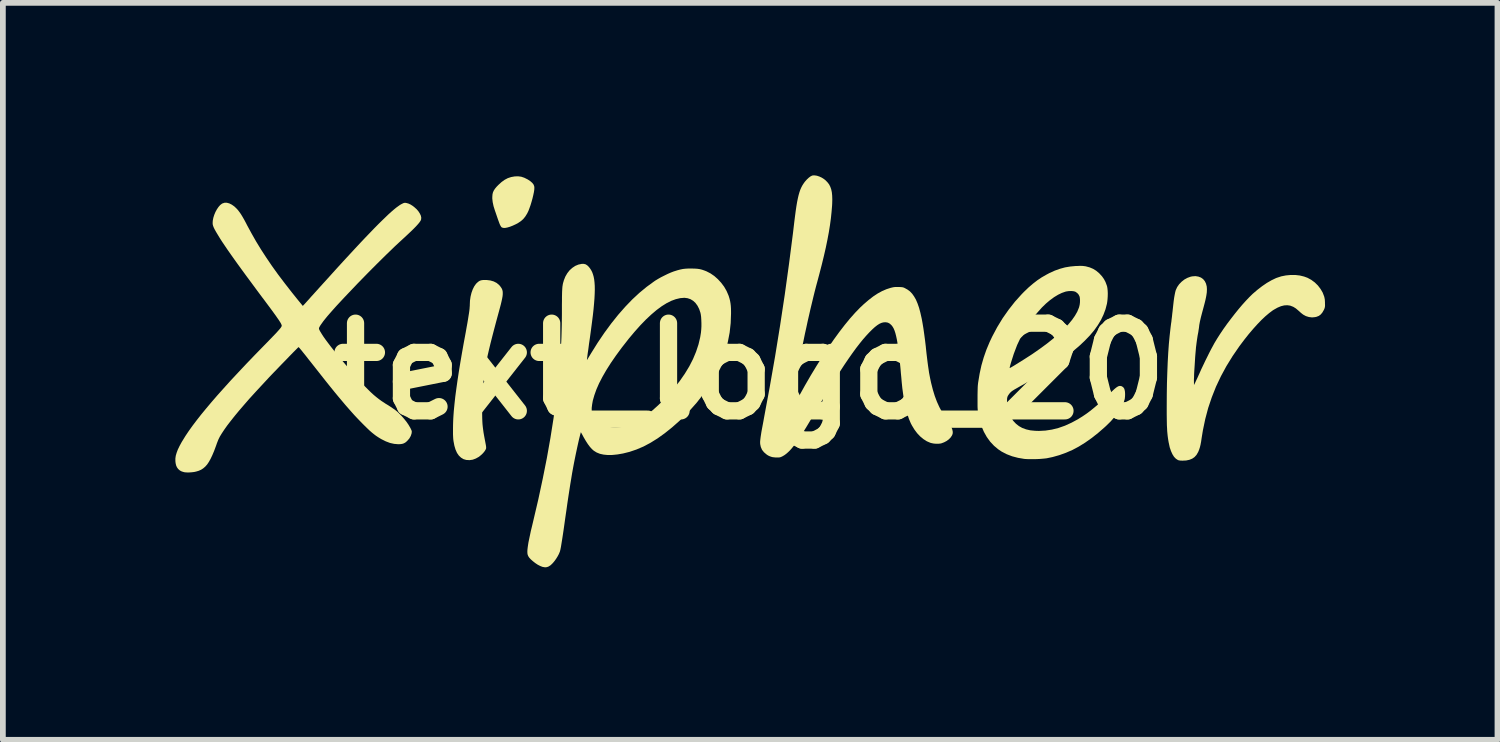
<source format=kicad_pcb>
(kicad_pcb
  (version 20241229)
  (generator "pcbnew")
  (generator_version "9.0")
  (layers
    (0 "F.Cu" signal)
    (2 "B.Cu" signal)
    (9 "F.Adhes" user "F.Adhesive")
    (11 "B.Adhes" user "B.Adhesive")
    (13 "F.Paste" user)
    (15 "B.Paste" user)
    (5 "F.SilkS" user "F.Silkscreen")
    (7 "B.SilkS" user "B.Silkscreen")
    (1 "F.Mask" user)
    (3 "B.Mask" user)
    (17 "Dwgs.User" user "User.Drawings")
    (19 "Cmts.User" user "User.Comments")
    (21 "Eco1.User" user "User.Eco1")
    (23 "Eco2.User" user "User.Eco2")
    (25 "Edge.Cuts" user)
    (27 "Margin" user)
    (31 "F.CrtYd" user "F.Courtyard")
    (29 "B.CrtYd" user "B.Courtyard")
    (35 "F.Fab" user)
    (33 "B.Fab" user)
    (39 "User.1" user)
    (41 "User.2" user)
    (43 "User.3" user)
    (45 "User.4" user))
  (footprint "text_logo_20"
    (layer "F.Cu")
    (at 9.991 3.405)
    (property "Reference" "text_logo_20" (at 0 0 0) (layer "F.SilkS") (effects (font (size 1.524 1.524) (thickness 0.3))))
    (attr board_only exclude_from_pos_files exclude_from_bom)
    (fp_poly (pts (xy -3.977 -3.382) (xy -3.923 -3.364) (xy -3.867 -3.336) (xy -3.86 -3.332) (xy -3.817 -3.303) (xy -3.785 -3.275) (xy -3.763 -3.247) (xy -3.751 -3.217) (xy -3.748 -3.191) (xy -3.75 -3.154) (xy -3.757 -3.109) (xy -3.768 -3.058) (xy -3.781 -3.003) (xy -3.797 -2.946) (xy -3.814 -2.889) (xy -3.833 -2.836) (xy -3.851 -2.788) (xy -3.87 -2.749) (xy -3.874 -2.741) (xy -3.907 -2.688) (xy -3.943 -2.644) (xy -3.986 -2.607) (xy -4.037 -2.573) (xy -4.072 -2.555) (xy -4.126 -2.53) (xy -4.175 -2.511) (xy -4.22 -2.498) (xy -4.259 -2.491) (xy -4.29 -2.492) (xy -4.312 -2.499) (xy -4.314 -2.5) (xy -4.324 -2.509) (xy -4.334 -2.524) (xy -4.345 -2.544) (xy -4.357 -2.573) (xy -4.371 -2.612) (xy -4.38 -2.636) (xy -4.393 -2.674) (xy -4.408 -2.718) (xy -4.423 -2.762) (xy -4.434 -2.793) (xy -4.458 -2.87) (xy -4.473 -2.94) (xy -4.48 -3.004) (xy -4.479 -3.041) (xy -4.476 -3.077) (xy -4.468 -3.11) (xy -4.454 -3.141) (xy -4.434 -3.172) (xy -4.406 -3.206) (xy -4.374 -3.239) (xy -4.319 -3.289) (xy -4.265 -3.328) (xy -4.21 -3.357) (xy -4.152 -3.376) (xy -4.09 -3.387) (xy -4.032 -3.389)) (stroke (width 0) (type solid)) (fill yes) (layer "F.SilkS"))
    (fp_poly (pts (xy -4.582 -1.586) (xy -4.515 -1.578) (xy -4.456 -1.561) (xy -4.405 -1.535) (xy -4.362 -1.5) (xy -4.34 -1.474) (xy -4.326 -1.454) (xy -4.314 -1.435) (xy -4.306 -1.415) (xy -4.3 -1.393) (xy -4.298 -1.368) (xy -4.298 -1.339) (xy -4.301 -1.305) (xy -4.308 -1.265) (xy -4.318 -1.218) (xy -4.331 -1.163) (xy -4.348 -1.099) (xy -4.368 -1.025) (xy -4.377 -0.992) (xy -4.415 -0.852) (xy -4.45 -0.72) (xy -4.482 -0.597) (xy -4.511 -0.483) (xy -4.536 -0.379) (xy -4.558 -0.285) (xy -4.576 -0.202) (xy -4.587 -0.15) (xy -4.611 -0.004) (xy -4.631 0.152) (xy -4.645 0.314) (xy -4.654 0.482) (xy -4.657 0.653) (xy -4.656 0.744) (xy -4.655 0.811) (xy -4.653 0.869) (xy -4.65 0.92) (xy -4.645 0.969) (xy -4.639 1.017) (xy -4.632 1.067) (xy -4.622 1.124) (xy -4.612 1.178) (xy -4.603 1.225) (xy -4.596 1.262) (xy -4.591 1.289) (xy -4.588 1.31) (xy -4.587 1.325) (xy -4.587 1.336) (xy -4.588 1.345) (xy -4.591 1.353) (xy -4.595 1.362) (xy -4.595 1.362) (xy -4.61 1.388) (xy -4.634 1.418) (xy -4.663 1.448) (xy -4.696 1.476) (xy -4.714 1.49) (xy -4.766 1.519) (xy -4.82 1.539) (xy -4.875 1.547) (xy -4.929 1.544) (xy -4.931 1.544) (xy -4.98 1.53) (xy -5.023 1.504) (xy -5.061 1.468) (xy -5.093 1.422) (xy -5.119 1.364) (xy -5.139 1.297) (xy -5.154 1.218) (xy -5.159 1.178) (xy -5.161 1.144) (xy -5.163 1.099) (xy -5.163 1.047) (xy -5.163 0.989) (xy -5.162 0.927) (xy -5.16 0.864) (xy -5.157 0.803) (xy -5.153 0.744) (xy -5.149 0.69) (xy -5.149 0.69) (xy -5.137 0.568) (xy -5.123 0.44) (xy -5.105 0.305) (xy -5.085 0.163) (xy -5.062 0.012) (xy -5.036 -0.148) (xy -5.007 -0.317) (xy -4.975 -0.497) (xy -4.96 -0.577) (xy -4.942 -0.674) (xy -4.927 -0.76) (xy -4.913 -0.836) (xy -4.902 -0.902) (xy -4.893 -0.96) (xy -4.885 -1.009) (xy -4.879 -1.051) (xy -4.875 -1.087) (xy -4.873 -1.117) (xy -4.871 -1.142) (xy -4.871 -1.153) (xy -4.868 -1.226) (xy -4.858 -1.296) (xy -4.842 -1.362) (xy -4.82 -1.423) (xy -4.794 -1.475) (xy -4.763 -1.519) (xy -4.751 -1.531) (xy -4.726 -1.554) (xy -4.702 -1.57) (xy -4.676 -1.58) (xy -4.645 -1.585) (xy -4.607 -1.586)) (stroke (width 0) (type solid)) (fill yes) (layer "F.SilkS"))
    (fp_poly (pts (xy 9.484 -1.673) (xy 9.563 -1.664) (xy 9.637 -1.646) (xy 9.697 -1.624) (xy 9.763 -1.588) (xy 9.824 -1.543) (xy 9.878 -1.49) (xy 9.924 -1.43) (xy 9.961 -1.367) (xy 9.987 -1.299) (xy 9.99 -1.288) (xy 9.998 -1.248) (xy 10.001 -1.198) (xy 10.001 -1.178) (xy 10.002 -1.147) (xy 10.001 -1.126) (xy 9.998 -1.109) (xy 9.994 -1.094) (xy 9.987 -1.077) (xy 9.98 -1.062) (xy 9.955 -1.019) (xy 9.927 -0.986) (xy 9.895 -0.962) (xy 9.855 -0.946) (xy 9.829 -0.94) (xy 9.776 -0.935) (xy 9.721 -0.942) (xy 9.669 -0.958) (xy 9.623 -0.983) (xy 9.606 -0.996) (xy 9.583 -1.014) (xy 9.559 -1.036) (xy 9.542 -1.051) (xy 9.495 -1.091) (xy 9.45 -1.119) (xy 9.445 -1.121) (xy 9.396 -1.14) (xy 9.345 -1.147) (xy 9.292 -1.144) (xy 9.236 -1.13) (xy 9.176 -1.105) (xy 9.112 -1.069) (xy 9.09 -1.055) (xy 9.03 -1.01) (xy 8.965 -0.955) (xy 8.896 -0.89) (xy 8.824 -0.815) (xy 8.75 -0.733) (xy 8.673 -0.642) (xy 8.596 -0.545) (xy 8.518 -0.441) (xy 8.514 -0.436) (xy 8.395 -0.263) (xy 8.287 -0.088) (xy 8.191 0.089) (xy 8.106 0.269) (xy 8.033 0.453) (xy 7.97 0.64) (xy 7.919 0.832) (xy 7.878 1.029) (xy 7.856 1.163) (xy 7.847 1.225) (xy 7.837 1.278) (xy 7.826 1.323) (xy 7.814 1.361) (xy 7.8 1.396) (xy 7.795 1.407) (xy 7.768 1.454) (xy 7.734 1.492) (xy 7.693 1.521) (xy 7.644 1.541) (xy 7.587 1.553) (xy 7.525 1.556) (xy 7.491 1.555) (xy 7.467 1.552) (xy 7.447 1.547) (xy 7.443 1.545) (xy 7.408 1.522) (xy 7.376 1.489) (xy 7.348 1.444) (xy 7.323 1.389) (xy 7.301 1.324) (xy 7.285 1.249) (xy 7.283 1.241) (xy 7.276 1.201) (xy 7.27 1.161) (xy 7.265 1.123) (xy 7.261 1.083) (xy 7.257 1.041) (xy 7.255 0.995) (xy 7.252 0.944) (xy 7.251 0.887) (xy 7.25 0.823) (xy 7.249 0.749) (xy 7.249 0.666) (xy 7.249 0.617) (xy 7.25 0.407) (xy 7.253 0.21) (xy 7.259 0.023) (xy 7.266 -0.152) (xy 7.275 -0.317) (xy 7.286 -0.472) (xy 7.3 -0.617) (xy 7.315 -0.753) (xy 7.325 -0.831) (xy 7.33 -0.862) (xy 7.334 -0.902) (xy 7.34 -0.948) (xy 7.345 -0.997) (xy 7.351 -1.046) (xy 7.353 -1.066) (xy 7.362 -1.148) (xy 7.37 -1.218) (xy 7.378 -1.277) (xy 7.387 -1.327) (xy 7.395 -1.367) (xy 7.403 -1.399) (xy 7.407 -1.411) (xy 7.431 -1.463) (xy 7.465 -1.512) (xy 7.508 -1.556) (xy 7.556 -1.594) (xy 7.609 -1.623) (xy 7.664 -1.643) (xy 7.693 -1.649) (xy 7.749 -1.653) (xy 7.799 -1.645) (xy 7.844 -1.628) (xy 7.881 -1.602) (xy 7.911 -1.566) (xy 7.932 -1.523) (xy 7.945 -1.472) (xy 7.948 -1.426) (xy 7.947 -1.399) (xy 7.946 -1.372) (xy 7.942 -1.343) (xy 7.937 -1.311) (xy 7.93 -1.275) (xy 7.921 -1.233) (xy 7.909 -1.185) (xy 7.894 -1.128) (xy 7.876 -1.061) (xy 7.863 -1.013) (xy 7.842 -0.932) (xy 7.826 -0.862) (xy 7.815 -0.803) (xy 7.811 -0.766) (xy 7.808 -0.745) (xy 7.803 -0.714) (xy 7.798 -0.679) (xy 7.791 -0.643) (xy 7.788 -0.629) (xy 7.782 -0.591) (xy 7.775 -0.544) (xy 7.768 -0.494) (xy 7.762 -0.446) (xy 7.758 -0.415) (xy 7.754 -0.366) (xy 7.749 -0.31) (xy 7.744 -0.25) (xy 7.74 -0.186) (xy 7.736 -0.122) (xy 7.732 -0.059) (xy 7.728 0.001) (xy 7.725 0.056) (xy 7.724 0.105) (xy 7.722 0.144) (xy 7.722 0.165) (xy 7.723 0.241) (xy 7.738 0.211) (xy 7.745 0.197) (xy 7.756 0.173) (xy 7.77 0.143) (xy 7.787 0.107) (xy 7.805 0.067) (xy 7.82 0.034) (xy 7.85 -0.034) (xy 7.884 -0.105) (xy 7.918 -0.177) (xy 7.954 -0.249) (xy 7.988 -0.318) (xy 8.021 -0.382) (xy 8.052 -0.439) (xy 8.078 -0.487) (xy 8.079 -0.489) (xy 8.126 -0.567) (xy 8.179 -0.65) (xy 8.237 -0.736) (xy 8.299 -0.823) (xy 8.364 -0.909) (xy 8.43 -0.994) (xy 8.496 -1.076) (xy 8.561 -1.153) (xy 8.625 -1.224) (xy 8.685 -1.287) (xy 8.74 -1.341) (xy 8.743 -1.344) (xy 8.826 -1.415) (xy 8.909 -1.479) (xy 8.991 -1.535) (xy 9.071 -1.581) (xy 9.148 -1.618) (xy 9.164 -1.624) (xy 9.24 -1.649) (xy 9.32 -1.665) (xy 9.402 -1.673)) (stroke (width 0) (type solid)) (fill yes) (layer "F.SilkS"))
    (fp_poly (pts (xy 5.79 -1.83) (xy 5.814 -1.827) (xy 5.837 -1.824) (xy 5.842 -1.823) (xy 5.909 -1.805) (xy 5.968 -1.78) (xy 6.022 -1.747) (xy 6.073 -1.704) (xy 6.08 -1.697) (xy 6.124 -1.649) (xy 6.158 -1.601) (xy 6.185 -1.549) (xy 6.207 -1.49) (xy 6.213 -1.47) (xy 6.218 -1.439) (xy 6.222 -1.399) (xy 6.224 -1.353) (xy 6.223 -1.304) (xy 6.22 -1.255) (xy 6.215 -1.209) (xy 6.209 -1.172) (xy 6.184 -1.076) (xy 6.149 -0.982) (xy 6.105 -0.89) (xy 6.05 -0.799) (xy 5.985 -0.708) (xy 5.909 -0.618) (xy 5.821 -0.527) (xy 5.734 -0.445) (xy 5.602 -0.332) (xy 5.458 -0.22) (xy 5.303 -0.108) (xy 5.137 0.003) (xy 4.961 0.113) (xy 4.776 0.22) (xy 4.755 0.232) (xy 4.704 0.26) (xy 4.662 0.284) (xy 4.629 0.303) (xy 4.602 0.318) (xy 4.582 0.331) (xy 4.566 0.341) (xy 4.554 0.35) (xy 4.544 0.358) (xy 4.535 0.367) (xy 4.529 0.372) (xy 4.511 0.393) (xy 4.495 0.416) (xy 4.486 0.43) (xy 4.48 0.444) (xy 4.476 0.458) (xy 4.473 0.473) (xy 4.472 0.494) (xy 4.472 0.523) (xy 4.472 0.537) (xy 4.478 0.62) (xy 4.494 0.698) (xy 4.521 0.77) (xy 4.559 0.835) (xy 4.58 0.864) (xy 4.627 0.914) (xy 4.679 0.955) (xy 4.738 0.988) (xy 4.804 1.012) (xy 4.878 1.029) (xy 4.961 1.037) (xy 5.027 1.039) (xy 5.14 1.033) (xy 5.252 1.016) (xy 5.365 0.988) (xy 5.479 0.948) (xy 5.593 0.896) (xy 5.71 0.833) (xy 5.712 0.831) (xy 5.783 0.787) (xy 5.854 0.739) (xy 5.925 0.686) (xy 5.998 0.626) (xy 6.075 0.56) (xy 6.156 0.485) (xy 6.226 0.418) (xy 6.27 0.375) (xy 6.307 0.341) (xy 6.337 0.313) (xy 6.362 0.292) (xy 6.382 0.277) (xy 6.399 0.267) (xy 6.414 0.26) (xy 6.428 0.257) (xy 6.439 0.256) (xy 6.467 0.262) (xy 6.492 0.279) (xy 6.509 0.302) (xy 6.517 0.326) (xy 6.523 0.359) (xy 6.525 0.397) (xy 6.524 0.437) (xy 6.52 0.476) (xy 6.517 0.49) (xy 6.5 0.546) (xy 6.472 0.606) (xy 6.435 0.67) (xy 6.389 0.737) (xy 6.335 0.805) (xy 6.274 0.874) (xy 6.205 0.942) (xy 6.173 0.972) (xy 6.057 1.073) (xy 5.943 1.163) (xy 5.831 1.242) (xy 5.72 1.311) (xy 5.609 1.37) (xy 5.496 1.419) (xy 5.382 1.46) (xy 5.265 1.493) (xy 5.16 1.515) (xy 5.125 1.519) (xy 5.082 1.523) (xy 5.032 1.527) (xy 4.979 1.529) (xy 4.925 1.53) (xy 4.873 1.53) (xy 4.827 1.529) (xy 4.789 1.527) (xy 4.774 1.526) (xy 4.663 1.507) (xy 4.56 1.48) (xy 4.466 1.444) (xy 4.379 1.399) (xy 4.319 1.359) (xy 4.245 1.297) (xy 4.178 1.225) (xy 4.12 1.145) (xy 4.07 1.056) (xy 4.028 0.959) (xy 3.995 0.854) (xy 3.973 0.754) (xy 3.969 0.731) (xy 3.966 0.71) (xy 3.963 0.689) (xy 3.962 0.667) (xy 3.96 0.641) (xy 3.959 0.611) (xy 3.959 0.573) (xy 3.959 0.526) (xy 3.959 0.473) (xy 3.959 0.411) (xy 3.96 0.358) (xy 3.961 0.315) (xy 3.962 0.279) (xy 3.964 0.247) (xy 3.967 0.219) (xy 3.97 0.195) (xy 3.995 0.044) (xy 4.018 -0.062) (xy 4.518 -0.062) (xy 4.518 -0.057) (xy 4.52 -0.055) (xy 4.521 -0.055) (xy 4.527 -0.058) (xy 4.542 -0.066) (xy 4.564 -0.079) (xy 4.591 -0.095) (xy 4.617 -0.111) (xy 4.771 -0.207) (xy 4.915 -0.3) (xy 5.047 -0.392) (xy 5.168 -0.481) (xy 5.277 -0.568) (xy 5.375 -0.652) (xy 5.462 -0.734) (xy 5.537 -0.813) (xy 5.601 -0.89) (xy 5.653 -0.964) (xy 5.694 -1.036) (xy 5.722 -1.104) (xy 5.726 -1.117) (xy 5.735 -1.154) (xy 5.74 -1.195) (xy 5.741 -1.237) (xy 5.738 -1.275) (xy 5.733 -1.299) (xy 5.718 -1.33) (xy 5.695 -1.357) (xy 5.666 -1.378) (xy 5.654 -1.384) (xy 5.625 -1.391) (xy 5.588 -1.394) (xy 5.547 -1.393) (xy 5.506 -1.387) (xy 5.488 -1.383) (xy 5.425 -1.361) (xy 5.359 -1.329) (xy 5.29 -1.287) (xy 5.22 -1.236) (xy 5.149 -1.176) (xy 5.079 -1.108) (xy 5.077 -1.106) (xy 4.972 -0.988) (xy 4.877 -0.864) (xy 4.791 -0.735) (xy 4.715 -0.598) (xy 4.647 -0.454) (xy 4.589 -0.301) (xy 4.541 -0.15) (xy 4.531 -0.115) (xy 4.524 -0.089) (xy 4.52 -0.072) (xy 4.518 -0.062) (xy 4.018 -0.062) (xy 4.026 -0.099) (xy 4.066 -0.238) (xy 4.113 -0.373) (xy 4.17 -0.509) (xy 4.214 -0.602) (xy 4.3 -0.764) (xy 4.395 -0.92) (xy 4.499 -1.068) (xy 4.609 -1.208) (xy 4.726 -1.338) (xy 4.767 -1.38) (xy 4.846 -1.456) (xy 4.923 -1.522) (xy 4.998 -1.58) (xy 5.074 -1.631) (xy 5.154 -1.677) (xy 5.21 -1.707) (xy 5.303 -1.749) (xy 5.393 -1.781) (xy 5.481 -1.805) (xy 5.571 -1.82) (xy 5.666 -1.829) (xy 5.686 -1.829) (xy 5.729 -1.831) (xy 5.763 -1.831)) (stroke (width 0) (type solid)) (fill yes) (layer "F.SilkS"))
    (fp_poly (pts (xy 1.166 -3.399) (xy 1.208 -3.385) (xy 1.251 -3.365) (xy 1.29 -3.34) (xy 1.316 -3.319) (xy 1.349 -3.285) (xy 1.377 -3.249) (xy 1.398 -3.208) (xy 1.414 -3.163) (xy 1.425 -3.112) (xy 1.431 -3.053) (xy 1.433 -2.985) (xy 1.431 -2.908) (xy 1.429 -2.875) (xy 1.42 -2.766) (xy 1.408 -2.653) (xy 1.392 -2.535) (xy 1.372 -2.412) (xy 1.348 -2.284) (xy 1.32 -2.148) (xy 1.287 -2.004) (xy 1.25 -1.852) (xy 1.208 -1.69) (xy 1.175 -1.566) (xy 1.151 -1.478) (xy 1.127 -1.385) (xy 1.103 -1.288) (xy 1.079 -1.187) (xy 1.054 -1.084) (xy 1.03 -0.978) (xy 1.005 -0.87) (xy 0.982 -0.762) (xy 0.958 -0.654) (xy 0.936 -0.547) (xy 0.914 -0.441) (xy 0.893 -0.337) (xy 0.873 -0.235) (xy 0.854 -0.137) (xy 0.837 -0.044) (xy 0.821 0.045) (xy 0.807 0.128) (xy 0.794 0.206) (xy 0.784 0.276) (xy 0.775 0.338) (xy 0.769 0.392) (xy 0.765 0.437) (xy 0.763 0.472) (xy 0.764 0.497) (xy 0.768 0.511) (xy 0.777 0.518) (xy 0.788 0.522) (xy 0.794 0.523) (xy 0.8 0.521) (xy 0.806 0.516) (xy 0.814 0.505) (xy 0.825 0.487) (xy 0.84 0.46) (xy 0.852 0.438) (xy 0.956 0.251) (xy 1.059 0.073) (xy 1.162 -0.097) (xy 1.263 -0.258) (xy 1.362 -0.409) (xy 1.46 -0.551) (xy 1.556 -0.683) (xy 1.65 -0.805) (xy 1.741 -0.916) (xy 1.83 -1.016) (xy 1.916 -1.105) (xy 1.979 -1.164) (xy 2.064 -1.237) (xy 2.145 -1.3) (xy 2.224 -1.352) (xy 2.301 -1.394) (xy 2.376 -1.426) (xy 2.451 -1.45) (xy 2.452 -1.45) (xy 2.481 -1.457) (xy 2.507 -1.462) (xy 2.532 -1.464) (xy 2.562 -1.464) (xy 2.585 -1.464) (xy 2.618 -1.463) (xy 2.642 -1.461) (xy 2.661 -1.458) (xy 2.677 -1.453) (xy 2.694 -1.445) (xy 2.694 -1.445) (xy 2.741 -1.419) (xy 2.784 -1.387) (xy 2.822 -1.347) (xy 2.856 -1.299) (xy 2.888 -1.243) (xy 2.916 -1.177) (xy 2.942 -1.102) (xy 2.965 -1.016) (xy 2.987 -0.918) (xy 2.988 -0.914) (xy 3.003 -0.832) (xy 3.018 -0.741) (xy 3.032 -0.641) (xy 3.046 -0.537) (xy 3.059 -0.428) (xy 3.061 -0.406) (xy 3.071 -0.312) (xy 3.081 -0.229) (xy 3.09 -0.155) (xy 3.099 -0.088) (xy 3.108 -0.028) (xy 3.116 0.028) (xy 3.126 0.08) (xy 3.136 0.131) (xy 3.147 0.182) (xy 3.152 0.205) (xy 3.182 0.323) (xy 3.215 0.431) (xy 3.252 0.53) (xy 3.294 0.623) (xy 3.341 0.71) (xy 3.394 0.794) (xy 3.406 0.812) (xy 3.447 0.872) (xy 3.478 0.924) (xy 3.502 0.969) (xy 3.518 1.008) (xy 3.526 1.041) (xy 3.527 1.049) (xy 3.528 1.072) (xy 3.525 1.091) (xy 3.518 1.11) (xy 3.513 1.12) (xy 3.491 1.153) (xy 3.46 1.185) (xy 3.421 1.214) (xy 3.377 1.237) (xy 3.332 1.254) (xy 3.316 1.258) (xy 3.279 1.262) (xy 3.236 1.262) (xy 3.192 1.258) (xy 3.151 1.249) (xy 3.137 1.245) (xy 3.077 1.219) (xy 3.019 1.182) (xy 2.962 1.135) (xy 2.909 1.079) (xy 2.861 1.015) (xy 2.818 0.944) (xy 2.798 0.906) (xy 2.766 0.83) (xy 2.737 0.742) (xy 2.711 0.645) (xy 2.688 0.537) (xy 2.668 0.421) (xy 2.651 0.296) (xy 2.64 0.189) (xy 2.633 0.107) (xy 2.626 0.036) (xy 2.621 -0.026) (xy 2.616 -0.079) (xy 2.611 -0.126) (xy 2.607 -0.167) (xy 2.603 -0.205) (xy 2.599 -0.239) (xy 2.596 -0.272) (xy 2.592 -0.306) (xy 2.591 -0.311) (xy 2.579 -0.402) (xy 2.568 -0.482) (xy 2.556 -0.551) (xy 2.543 -0.611) (xy 2.53 -0.662) (xy 2.516 -0.705) (xy 2.501 -0.741) (xy 2.484 -0.771) (xy 2.465 -0.796) (xy 2.462 -0.8) (xy 2.432 -0.827) (xy 2.4 -0.844) (xy 2.363 -0.851) (xy 2.35 -0.851) (xy 2.318 -0.848) (xy 2.286 -0.839) (xy 2.251 -0.823) (xy 2.214 -0.799) (xy 2.173 -0.767) (xy 2.128 -0.726) (xy 2.077 -0.675) (xy 2.075 -0.673) (xy 2.022 -0.616) (xy 1.966 -0.552) (xy 1.908 -0.48) (xy 1.846 -0.4) (xy 1.782 -0.312) (xy 1.714 -0.215) (xy 1.642 -0.109) (xy 1.567 0.006) (xy 1.487 0.131) (xy 1.403 0.265) (xy 1.315 0.41) (xy 1.222 0.565) (xy 1.124 0.731) (xy 1.111 0.754) (xy 1.049 0.86) (xy 0.992 0.955) (xy 0.939 1.041) (xy 0.89 1.117) (xy 0.845 1.185) (xy 0.804 1.244) (xy 0.765 1.296) (xy 0.729 1.341) (xy 0.695 1.379) (xy 0.662 1.411) (xy 0.631 1.438) (xy 0.601 1.46) (xy 0.571 1.478) (xy 0.565 1.481) (xy 0.544 1.491) (xy 0.527 1.497) (xy 0.51 1.5) (xy 0.488 1.501) (xy 0.468 1.501) (xy 0.439 1.5) (xy 0.411 1.497) (xy 0.389 1.494) (xy 0.385 1.493) (xy 0.354 1.483) (xy 0.33 1.473) (xy 0.307 1.46) (xy 0.287 1.446) (xy 0.244 1.409) (xy 0.211 1.367) (xy 0.19 1.319) (xy 0.179 1.266) (xy 0.179 1.262) (xy 0.178 1.244) (xy 0.178 1.225) (xy 0.18 1.202) (xy 0.183 1.175) (xy 0.187 1.143) (xy 0.193 1.104) (xy 0.2 1.058) (xy 0.21 1.004) (xy 0.222 0.94) (xy 0.236 0.866) (xy 0.241 0.836) (xy 0.343 0.286) (xy 0.438 -0.256) (xy 0.525 -0.793) (xy 0.606 -1.328) (xy 0.68 -1.863) (xy 0.749 -2.399) (xy 0.772 -2.594) (xy 0.785 -2.697) (xy 0.797 -2.788) (xy 0.809 -2.87) (xy 0.821 -2.941) (xy 0.834 -3.005) (xy 0.847 -3.061) (xy 0.861 -3.11) (xy 0.876 -3.154) (xy 0.893 -3.193) (xy 0.911 -3.228) (xy 0.932 -3.261) (xy 0.954 -3.292) (xy 0.96 -3.299) (xy 0.991 -3.334) (xy 1.022 -3.363) (xy 1.052 -3.386) (xy 1.079 -3.4) (xy 1.092 -3.404) (xy 1.126 -3.405)) (stroke (width 0) (type solid)) (fill yes) (layer "F.SilkS"))
    (fp_poly (pts (xy -2.856 -1.858) (xy -2.828 -1.84) (xy -2.802 -1.815) (xy -2.78 -1.787) (xy -2.76 -1.756) (xy -2.743 -1.723) (xy -2.729 -1.685) (xy -2.717 -1.643) (xy -2.708 -1.596) (xy -2.702 -1.543) (xy -2.698 -1.485) (xy -2.697 -1.419) (xy -2.699 -1.346) (xy -2.703 -1.265) (xy -2.71 -1.176) (xy -2.719 -1.077) (xy -2.731 -0.969) (xy -2.746 -0.851) (xy -2.763 -0.722) (xy -2.78 -0.597) (xy -2.789 -0.534) (xy -2.798 -0.474) (xy -2.805 -0.418) (xy -2.812 -0.366) (xy -2.819 -0.321) (xy -2.824 -0.284) (xy -2.827 -0.256) (xy -2.829 -0.238) (xy -2.83 -0.235) (xy -2.834 -0.192) (xy -2.762 -0.311) (xy -2.647 -0.495) (xy -2.53 -0.668) (xy -2.411 -0.83) (xy -2.291 -0.98) (xy -2.169 -1.119) (xy -2.046 -1.247) (xy -1.922 -1.362) (xy -1.796 -1.466) (xy -1.67 -1.558) (xy -1.644 -1.576) (xy -1.596 -1.605) (xy -1.543 -1.635) (xy -1.485 -1.664) (xy -1.428 -1.692) (xy -1.373 -1.716) (xy -1.323 -1.735) (xy -1.31 -1.739) (xy -1.256 -1.756) (xy -1.21 -1.768) (xy -1.166 -1.777) (xy -1.123 -1.782) (xy -1.074 -1.785) (xy -1.019 -1.785) (xy -0.963 -1.784) (xy -0.916 -1.781) (xy -0.873 -1.775) (xy -0.833 -1.765) (xy -0.792 -1.751) (xy -0.756 -1.737) (xy -0.686 -1.701) (xy -0.619 -1.655) (xy -0.557 -1.6) (xy -0.499 -1.537) (xy -0.448 -1.469) (xy -0.406 -1.396) (xy -0.373 -1.32) (xy -0.367 -1.303) (xy -0.354 -1.26) (xy -0.344 -1.22) (xy -0.337 -1.18) (xy -0.332 -1.137) (xy -0.329 -1.088) (xy -0.328 -1.032) (xy -0.328 -1.001) (xy -0.334 -0.836) (xy -0.352 -0.672) (xy -0.383 -0.511) (xy -0.425 -0.352) (xy -0.479 -0.195) (xy -0.545 -0.041) (xy -0.622 0.11) (xy -0.712 0.259) (xy -0.813 0.405) (xy -0.926 0.549) (xy -1.05 0.689) (xy -1.186 0.827) (xy -1.227 0.866) (xy -1.354 0.978) (xy -1.48 1.079) (xy -1.604 1.168) (xy -1.728 1.245) (xy -1.85 1.31) (xy -1.972 1.362) (xy -2.093 1.403) (xy -2.205 1.431) (xy -2.303 1.448) (xy -2.391 1.457) (xy -2.472 1.458) (xy -2.544 1.451) (xy -2.608 1.437) (xy -2.665 1.414) (xy -2.715 1.383) (xy -2.749 1.353) (xy -2.782 1.316) (xy -2.818 1.268) (xy -2.854 1.212) (xy -2.891 1.149) (xy -2.9 1.132) (xy -2.914 1.106) (xy -2.926 1.084) (xy -2.935 1.069) (xy -2.939 1.062) (xy -2.939 1.062) (xy -2.942 1.068) (xy -2.946 1.084) (xy -2.953 1.11) (xy -2.961 1.143) (xy -2.971 1.183) (xy -2.981 1.227) (xy -2.992 1.276) (xy -3.003 1.326) (xy -3.014 1.378) (xy -3.025 1.429) (xy -3.035 1.478) (xy -3.043 1.517) (xy -3.06 1.602) (xy -3.076 1.688) (xy -3.092 1.776) (xy -3.107 1.868) (xy -3.123 1.964) (xy -3.139 2.067) (xy -3.156 2.177) (xy -3.174 2.297) (xy -3.189 2.405) (xy -3.205 2.514) (xy -3.219 2.612) (xy -3.231 2.698) (xy -3.242 2.775) (xy -3.252 2.842) (xy -3.261 2.901) (xy -3.269 2.951) (xy -3.276 2.994) (xy -3.282 3.031) (xy -3.287 3.061) (xy -3.292 3.085) (xy -3.296 3.105) (xy -3.3 3.121) (xy -3.303 3.133) (xy -3.305 3.139) (xy -3.322 3.18) (xy -3.345 3.223) (xy -3.372 3.266) (xy -3.402 3.307) (xy -3.432 3.342) (xy -3.461 3.37) (xy -3.471 3.378) (xy -3.503 3.398) (xy -3.532 3.408) (xy -3.562 3.411) (xy -3.597 3.405) (xy -3.608 3.403) (xy -3.646 3.388) (xy -3.689 3.366) (xy -3.734 3.336) (xy -3.777 3.302) (xy -3.813 3.27) (xy -3.838 3.242) (xy -3.855 3.216) (xy -3.865 3.19) (xy -3.869 3.167) (xy -3.87 3.14) (xy -3.869 3.109) (xy -3.865 3.072) (xy -3.859 3.029) (xy -3.851 2.978) (xy -3.839 2.921) (xy -3.825 2.854) (xy -3.809 2.778) (xy -3.788 2.692) (xy -3.767 2.603) (xy -3.68 2.232) (xy -3.602 1.868) (xy -3.531 1.512) (xy -3.469 1.162) (xy -3.415 0.821) (xy -3.39 0.639) (xy -2.751 0.639) (xy -2.751 0.688) (xy -2.744 0.73) (xy -2.729 0.769) (xy -2.706 0.806) (xy -2.674 0.843) (xy -2.661 0.856) (xy -2.607 0.901) (xy -2.546 0.935) (xy -2.478 0.961) (xy -2.402 0.977) (xy -2.387 0.979) (xy -2.363 0.98) (xy -2.331 0.98) (xy -2.295 0.978) (xy -2.259 0.974) (xy -2.225 0.97) (xy -2.213 0.968) (xy -2.133 0.947) (xy -2.05 0.915) (xy -1.963 0.872) (xy -1.875 0.818) (xy -1.783 0.753) (xy -1.69 0.678) (xy -1.595 0.593) (xy -1.499 0.498) (xy -1.402 0.393) (xy -1.318 0.296) (xy -1.219 0.17) (xy -1.131 0.043) (xy -1.054 -0.084) (xy -0.989 -0.211) (xy -0.936 -0.338) (xy -0.894 -0.465) (xy -0.864 -0.591) (xy -0.851 -0.672) (xy -0.846 -0.724) (xy -0.843 -0.779) (xy -0.843 -0.836) (xy -0.845 -0.892) (xy -0.848 -0.943) (xy -0.854 -0.987) (xy -0.86 -1.016) (xy -0.882 -1.081) (xy -0.911 -1.138) (xy -0.946 -1.186) (xy -0.987 -1.224) (xy -1.033 -1.252) (xy -1.084 -1.269) (xy -1.138 -1.276) (xy -1.141 -1.276) (xy -1.213 -1.27) (xy -1.289 -1.252) (xy -1.368 -1.223) (xy -1.449 -1.182) (xy -1.534 -1.129) (xy -1.622 -1.064) (xy -1.713 -0.987) (xy -1.807 -0.899) (xy -1.904 -0.799) (xy -2.004 -0.687) (xy -2.108 -0.563) (xy -2.121 -0.546) (xy -2.23 -0.407) (xy -2.329 -0.272) (xy -2.418 -0.143) (xy -2.496 -0.02) (xy -2.564 0.098) (xy -2.622 0.21) (xy -2.669 0.317) (xy -2.705 0.418) (xy -2.732 0.513) (xy -2.744 0.581) (xy -2.751 0.639) (xy -3.39 0.639) (xy -3.37 0.487) (xy -3.332 0.161) (xy -3.304 -0.156) (xy -3.294 -0.293) (xy -3.288 -0.373) (xy -3.284 -0.448) (xy -3.28 -0.52) (xy -3.277 -0.591) (xy -3.275 -0.663) (xy -3.273 -0.737) (xy -3.271 -0.817) (xy -3.27 -0.903) (xy -3.269 -0.997) (xy -3.269 -1.074) (xy -3.269 -1.155) (xy -3.268 -1.225) (xy -3.268 -1.285) (xy -3.267 -1.335) (xy -3.266 -1.378) (xy -3.264 -1.415) (xy -3.262 -1.446) (xy -3.26 -1.472) (xy -3.256 -1.495) (xy -3.253 -1.516) (xy -3.248 -1.536) (xy -3.242 -1.556) (xy -3.236 -1.577) (xy -3.235 -1.581) (xy -3.209 -1.646) (xy -3.175 -1.704) (xy -3.135 -1.755) (xy -3.088 -1.797) (xy -3.037 -1.831) (xy -2.982 -1.854) (xy -2.924 -1.866) (xy -2.888 -1.866)) (stroke (width 0) (type solid)) (fill yes) (layer "F.SilkS"))
    (fp_poly (pts (xy -9.054 -2.918) (xy -9.01 -2.896) (xy -8.966 -2.865) (xy -8.93 -2.831) (xy -8.904 -2.803) (xy -8.879 -2.77) (xy -8.852 -2.732) (xy -8.824 -2.686) (xy -8.793 -2.632) (xy -8.759 -2.568) (xy -8.745 -2.54) (xy -8.669 -2.4) (xy -8.589 -2.259) (xy -8.503 -2.118) (xy -8.41 -1.975) (xy -8.311 -1.829) (xy -8.204 -1.68) (xy -8.088 -1.527) (xy -7.964 -1.368) (xy -7.866 -1.246) (xy -7.775 -1.135) (xy -7.762 -1.149) (xy -7.755 -1.156) (xy -7.74 -1.172) (xy -7.72 -1.194) (xy -7.694 -1.223) (xy -7.664 -1.256) (xy -7.631 -1.294) (xy -7.594 -1.334) (xy -7.578 -1.352) (xy -7.441 -1.504) (xy -7.312 -1.646) (xy -7.191 -1.78) (xy -7.077 -1.905) (xy -6.969 -2.022) (xy -6.869 -2.13) (xy -6.775 -2.231) (xy -6.688 -2.323) (xy -6.606 -2.408) (xy -6.531 -2.486) (xy -6.461 -2.557) (xy -6.397 -2.62) (xy -6.338 -2.677) (xy -6.285 -2.728) (xy -6.236 -2.772) (xy -6.192 -2.81) (xy -6.152 -2.843) (xy -6.116 -2.869) (xy -6.085 -2.891) (xy -6.057 -2.907) (xy -6.045 -2.913) (xy -6.024 -2.923) (xy -6.009 -2.927) (xy -5.994 -2.928) (xy -5.975 -2.925) (xy -5.974 -2.925) (xy -5.938 -2.915) (xy -5.901 -2.898) (xy -5.862 -2.873) (xy -5.835 -2.852) (xy -5.795 -2.816) (xy -5.763 -2.778) (xy -5.739 -2.74) (xy -5.722 -2.704) (xy -5.715 -2.669) (xy -5.718 -2.638) (xy -5.723 -2.624) (xy -5.735 -2.604) (xy -5.753 -2.579) (xy -5.777 -2.551) (xy -5.807 -2.518) (xy -5.845 -2.479) (xy -5.89 -2.435) (xy -5.943 -2.385) (xy -6.005 -2.327) (xy -6.04 -2.295) (xy -6.104 -2.236) (xy -6.174 -2.171) (xy -6.247 -2.1) (xy -6.325 -2.025) (xy -6.405 -1.946) (xy -6.487 -1.865) (xy -6.571 -1.781) (xy -6.655 -1.696) (xy -6.738 -1.611) (xy -6.821 -1.526) (xy -6.901 -1.442) (xy -6.979 -1.36) (xy -7.054 -1.281) (xy -7.124 -1.206) (xy -7.19 -1.135) (xy -7.249 -1.069) (xy -7.302 -1.009) (xy -7.348 -0.956) (xy -7.383 -0.913) (xy -7.416 -0.872) (xy -7.443 -0.834) (xy -7.466 -0.802) (xy -7.482 -0.775) (xy -7.492 -0.755) (xy -7.493 -0.75) (xy -7.494 -0.738) (xy -7.49 -0.725) (xy -7.481 -0.706) (xy -7.471 -0.688) (xy -7.444 -0.644) (xy -7.413 -0.596) (xy -7.376 -0.544) (xy -7.334 -0.488) (xy -7.286 -0.425) (xy -7.232 -0.357) (xy -7.171 -0.282) (xy -7.103 -0.199) (xy -7.027 -0.109) (xy -6.963 -0.034) (xy -6.888 0.053) (xy -6.819 0.131) (xy -6.756 0.2) (xy -6.698 0.262) (xy -6.643 0.317) (xy -6.592 0.367) (xy -6.544 0.411) (xy -6.496 0.451) (xy -6.45 0.487) (xy -6.403 0.521) (xy -6.355 0.552) (xy -6.341 0.562) (xy -6.288 0.594) (xy -6.245 0.622) (xy -6.21 0.646) (xy -6.18 0.666) (xy -6.156 0.685) (xy -6.134 0.703) (xy -6.113 0.721) (xy -6.107 0.728) (xy -6.061 0.775) (xy -6.016 0.826) (xy -5.974 0.878) (xy -5.938 0.93) (xy -5.909 0.979) (xy -5.896 1.004) (xy -5.886 1.026) (xy -5.881 1.041) (xy -5.88 1.055) (xy -5.882 1.072) (xy -5.883 1.082) (xy -5.898 1.127) (xy -5.923 1.171) (xy -5.959 1.212) (xy -5.965 1.218) (xy -5.991 1.24) (xy -6.018 1.255) (xy -6.046 1.264) (xy -6.081 1.269) (xy -6.117 1.27) (xy -6.187 1.264) (xy -6.259 1.248) (xy -6.333 1.22) (xy -6.411 1.181) (xy -6.431 1.169) (xy -6.468 1.146) (xy -6.504 1.122) (xy -6.538 1.096) (xy -6.574 1.067) (xy -6.612 1.034) (xy -6.654 0.994) (xy -6.701 0.948) (xy -6.733 0.916) (xy -6.78 0.868) (xy -6.828 0.818) (xy -6.877 0.766) (xy -6.927 0.71) (xy -6.98 0.65) (xy -7.036 0.586) (xy -7.094 0.517) (xy -7.157 0.442) (xy -7.224 0.361) (xy -7.296 0.272) (xy -7.373 0.176) (xy -7.456 0.071) (xy -7.545 -0.042) (xy -7.583 -0.09) (xy -7.634 -0.155) (xy -7.679 -0.211) (xy -7.716 -0.259) (xy -7.748 -0.299) (xy -7.775 -0.332) (xy -7.796 -0.359) (xy -7.813 -0.379) (xy -7.826 -0.395) (xy -7.836 -0.406) (xy -7.843 -0.413) (xy -7.847 -0.417) (xy -7.85 -0.418) (xy -7.85 -0.418) (xy -7.855 -0.414) (xy -7.867 -0.402) (xy -7.887 -0.382) (xy -7.913 -0.356) (xy -7.944 -0.325) (xy -7.979 -0.289) (xy -8.018 -0.249) (xy -8.059 -0.206) (xy -8.103 -0.161) (xy -8.148 -0.115) (xy -8.194 -0.067) (xy -8.239 -0.02) (xy -8.283 0.025) (xy -8.325 0.069) (xy -8.364 0.11) (xy -8.375 0.122) (xy -8.492 0.248) (xy -8.602 0.367) (xy -8.704 0.479) (xy -8.797 0.586) (xy -8.883 0.686) (xy -8.96 0.779) (xy -9.029 0.866) (xy -9.09 0.945) (xy -9.141 1.017) (xy -9.184 1.082) (xy -9.218 1.138) (xy -9.236 1.174) (xy -9.245 1.193) (xy -9.256 1.221) (xy -9.269 1.254) (xy -9.281 1.289) (xy -9.285 1.3) (xy -9.317 1.386) (xy -9.348 1.46) (xy -9.378 1.523) (xy -9.408 1.577) (xy -9.439 1.623) (xy -9.472 1.66) (xy -9.507 1.69) (xy -9.544 1.714) (xy -9.585 1.732) (xy -9.628 1.745) (xy -9.664 1.753) (xy -9.706 1.758) (xy -9.748 1.761) (xy -9.789 1.761) (xy -9.823 1.759) (xy -9.84 1.756) (xy -9.88 1.744) (xy -9.911 1.728) (xy -9.937 1.706) (xy -9.944 1.699) (xy -9.964 1.671) (xy -9.978 1.639) (xy -9.987 1.6) (xy -9.991 1.563) (xy -9.991 1.517) (xy -9.984 1.469) (xy -9.969 1.418) (xy -9.948 1.362) (xy -9.918 1.3) (xy -9.881 1.232) (xy -9.866 1.208) (xy -9.817 1.128) (xy -9.76 1.043) (xy -9.696 0.953) (xy -9.624 0.858) (xy -9.545 0.757) (xy -9.457 0.65) (xy -9.362 0.537) (xy -9.258 0.417) (xy -9.146 0.292) (xy -9.026 0.159) (xy -8.896 0.02) (xy -8.758 -0.127) (xy -8.611 -0.28) (xy -8.454 -0.441) (xy -8.396 -0.5) (xy -8.341 -0.557) (xy -8.293 -0.607) (xy -8.253 -0.648) (xy -8.22 -0.684) (xy -8.194 -0.713) (xy -8.174 -0.736) (xy -8.159 -0.755) (xy -8.15 -0.769) (xy -8.147 -0.774) (xy -8.142 -0.786) (xy -8.142 -0.797) (xy -8.147 -0.812) (xy -8.15 -0.817) (xy -8.156 -0.831) (xy -8.166 -0.848) (xy -8.18 -0.87) (xy -8.197 -0.896) (xy -8.219 -0.927) (xy -8.245 -0.965) (xy -8.277 -1.009) (xy -8.314 -1.06) (xy -8.357 -1.118) (xy -8.407 -1.185) (xy -8.464 -1.262) (xy -8.473 -1.273) (xy -8.573 -1.407) (xy -8.665 -1.532) (xy -8.751 -1.648) (xy -8.83 -1.756) (xy -8.902 -1.855) (xy -8.968 -1.947) (xy -9.028 -2.032) (xy -9.082 -2.109) (xy -9.13 -2.18) (xy -9.174 -2.245) (xy -9.212 -2.304) (xy -9.245 -2.358) (xy -9.274 -2.406) (xy -9.283 -2.421) (xy -9.306 -2.462) (xy -9.323 -2.496) (xy -9.334 -2.524) (xy -9.341 -2.549) (xy -9.343 -2.574) (xy -9.342 -2.599) (xy -9.341 -2.616) (xy -9.331 -2.668) (xy -9.315 -2.719) (xy -9.294 -2.769) (xy -9.269 -2.815) (xy -9.241 -2.856) (xy -9.212 -2.889) (xy -9.182 -2.912) (xy -9.173 -2.917) (xy -9.136 -2.929) (xy -9.096 -2.929)) (stroke (width 0) (type solid)) (fill yes) (layer "F.SilkS")))
  (gr_rect
    (start -3 -3)
    (end 22.992 9.816)
    (stroke (width 0.1) (type default))
    (fill no)
    (layer "Edge.Cuts")))
</source>
